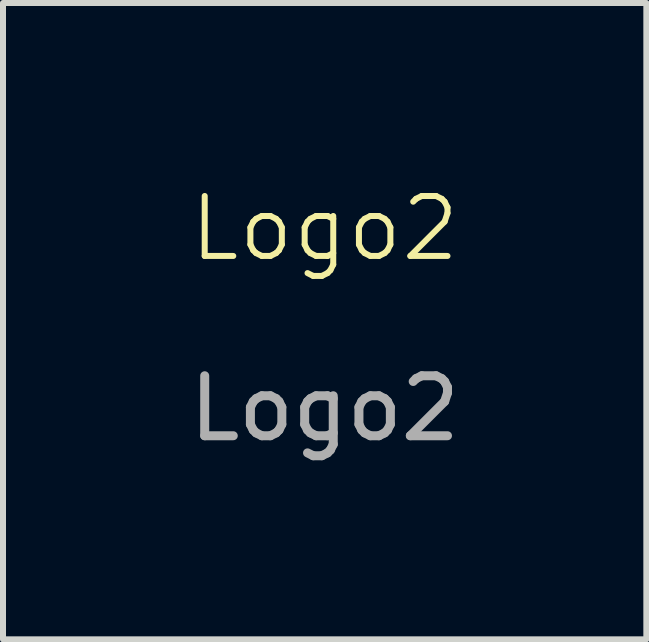
<source format=kicad_pcb>
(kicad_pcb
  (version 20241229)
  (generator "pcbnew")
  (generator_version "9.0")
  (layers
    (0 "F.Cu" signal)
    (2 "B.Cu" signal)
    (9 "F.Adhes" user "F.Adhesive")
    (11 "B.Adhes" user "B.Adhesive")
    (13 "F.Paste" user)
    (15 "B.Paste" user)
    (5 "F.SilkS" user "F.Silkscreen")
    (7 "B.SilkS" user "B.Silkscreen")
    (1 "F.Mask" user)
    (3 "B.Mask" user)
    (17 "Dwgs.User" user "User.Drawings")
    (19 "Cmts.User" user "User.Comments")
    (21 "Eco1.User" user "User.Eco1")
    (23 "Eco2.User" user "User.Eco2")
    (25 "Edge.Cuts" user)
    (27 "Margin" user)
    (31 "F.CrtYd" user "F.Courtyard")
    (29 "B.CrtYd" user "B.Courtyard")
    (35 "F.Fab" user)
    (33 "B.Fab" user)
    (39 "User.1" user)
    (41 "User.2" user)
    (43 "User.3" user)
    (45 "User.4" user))
  (footprint "Logo2"
    (layer "F.Cu")
    (at 2.363 1.26)
    (property "Reference" "Logo2" (at 0 -0.5 0) (unlocked yes) (layer "F.SilkS") (effects (font (size 1 1) (thickness 0.1))))
    (fp_text user "${REFERENCE}" (at 0 2.5 0) (unlocked yes) (layer "F.Fab") (effects (font (size 1 1) (thickness 0.15)))))
  (gr_rect
    (start -3 -3)
    (end 7.726 7.609)
    (stroke (width 0.1) (type default))
    (fill no)
    (layer "Edge.Cuts")))
</source>
